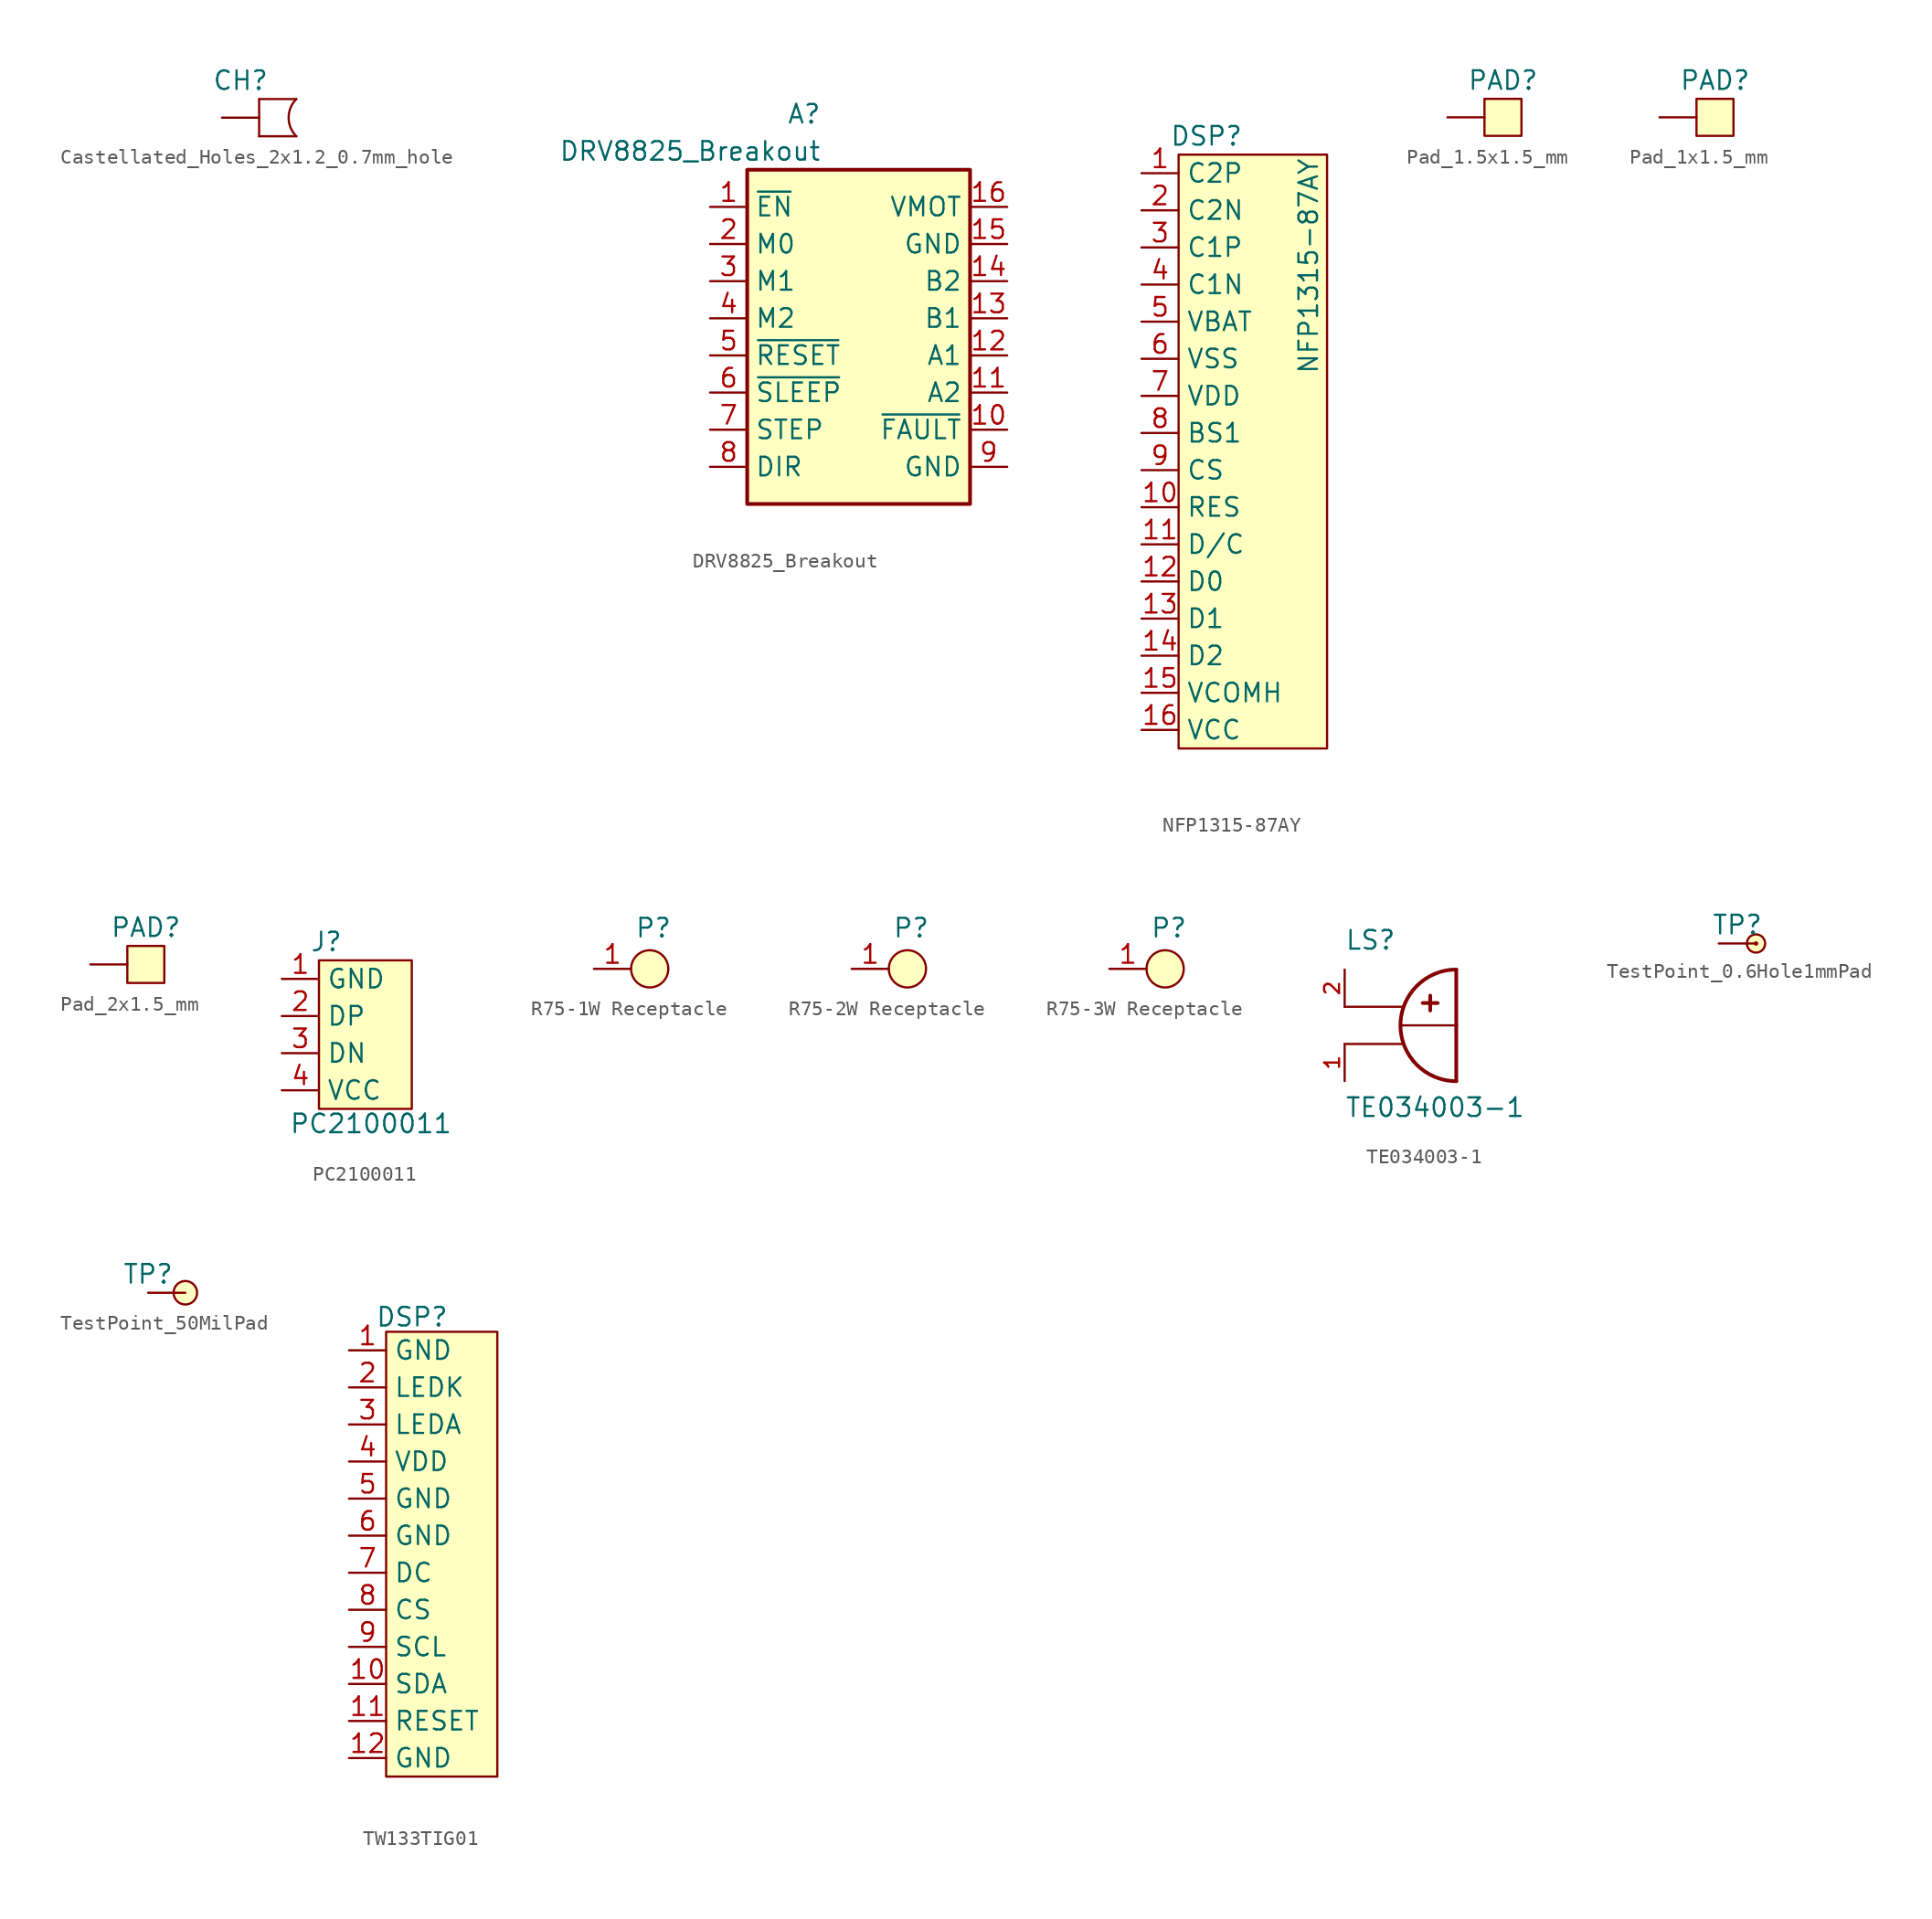
<source format=kicad_sym>
(kicad_symbol_lib
  (version 20241209)
  (generator "kicad_symbol_editor")
  (generator_version "9.0")
  (symbol "Castellated_Holes_2x1.2_0.7mm_hole"
    (pin_numbers
      (hide yes))
    (pin_names
      (hide yes))
    (property "Reference" "CH"
      (at -2.54 2.54 0)
      (effects (font (size 1.27 1.27))))
    (property "Value" ""
      (at -2.54 2.54 0)
      (effects (font (size 1.27 1.27))))
    (symbol "Castellated_Holes_2x1.2_0.7mm_hole_0_1"
      (rectangle (start -1.27 1.27) (end -1.27 -1.27) (stroke (width 0) (type default)) (fill (type none)))
      (polyline (pts (xy -1.27 1.27) (xy 1.27 1.27)) (stroke (width 0) (type default)) (fill (type none)))
      (polyline (pts (xy 1.27 -1.27) (xy -1.27 -1.27)) (stroke (width 0) (type default)) (fill (type none)))
      (arc (start 1.27 -1.27) (mid 0.7439 0) (end 1.27 1.27) (stroke (width 0) (type default)) (fill (type none))))
    (symbol "Castellated_Holes_2x1.2_0.7mm_hole_1_1"
      (pin input line (at -3.81 0 0) (length 2.54) (name "" (effects (font (size 1.27 1.27)))) (number "1" (effects (font (size 1.27 1.27)))))))
  (symbol "DRV8825_Breakout"
    (property "Reference" "A"
      (at -2.54 16.51 0)
      (effects (font (size 1.27 1.27)) (justify right)))
    (property "Value" "DRV8825_Breakout"
      (at -2.54 13.97 0)
      (effects (font (size 1.27 1.27)) (justify right)))
    (symbol "DRV8825_Breakout_0_1"
      (rectangle (start -7.62 12.7) (end 7.62 -10.16) (stroke (width 0.254) (type default)) (fill (type background))))
    (symbol "DRV8825_Breakout_1_1"
      (pin passive line (at -10.16 10.16 0) (length 2.54) (name "~{EN}" (effects (font (size 1.27 1.27)))) (number "1" (effects (font (size 1.27 1.27)))))
      (pin passive line (at -10.16 7.62 0) (length 2.54) (name "M0" (effects (font (size 1.27 1.27)))) (number "2" (effects (font (size 1.27 1.27)))))
      (pin passive line (at -10.16 5.08 0) (length 2.54) (name "M1" (effects (font (size 1.27 1.27)))) (number "3" (effects (font (size 1.27 1.27)))))
      (pin passive line (at -10.16 2.54 0) (length 2.54) (name "M2" (effects (font (size 1.27 1.27)))) (number "4" (effects (font (size 1.27 1.27)))))
      (pin passive line (at -10.16 0 0) (length 2.54) (name "~{RESET}" (effects (font (size 1.27 1.27)))) (number "5" (effects (font (size 1.27 1.27)))))
      (pin passive line (at -10.16 -2.54 0) (length 2.54) (name "~{SLEEP}" (effects (font (size 1.27 1.27)))) (number "6" (effects (font (size 1.27 1.27)))))
      (pin passive line (at -10.16 -5.08 0) (length 2.54) (name "STEP" (effects (font (size 1.27 1.27)))) (number "7" (effects (font (size 1.27 1.27)))))
      (pin passive line (at -10.16 -7.62 0) (length 2.54) (name "DIR" (effects (font (size 1.27 1.27)))) (number "8" (effects (font (size 1.27 1.27)))))
      (pin passive line (at 10.16 10.16 180) (length 2.54) (name "VMOT" (effects (font (size 1.27 1.27)))) (number "16" (effects (font (size 1.27 1.27)))))
      (pin passive line (at 10.16 7.62 180) (length 2.54) (name "GND" (effects (font (size 1.27 1.27)))) (number "15" (effects (font (size 1.27 1.27)))))
      (pin passive line (at 10.16 5.08 180) (length 2.54) (name "B2" (effects (font (size 1.27 1.27)))) (number "14" (effects (font (size 1.27 1.27)))))
      (pin passive line (at 10.16 2.54 180) (length 2.54) (name "B1" (effects (font (size 1.27 1.27)))) (number "13" (effects (font (size 1.27 1.27)))))
      (pin passive line (at 10.16 0 180) (length 2.54) (name "A1" (effects (font (size 1.27 1.27)))) (number "12" (effects (font (size 1.27 1.27)))))
      (pin passive line (at 10.16 -2.54 180) (length 2.54) (name "A2" (effects (font (size 1.27 1.27)))) (number "11" (effects (font (size 1.27 1.27)))))
      (pin passive line (at 10.16 -5.08 180) (length 2.54) (name "~{FAULT}" (effects (font (size 1.27 1.27)))) (number "10" (effects (font (size 1.27 1.27)))))
      (pin passive line (at 10.16 -7.62 180) (length 2.54) (name "GND" (effects (font (size 1.27 1.27)))) (number "9" (effects (font (size 1.27 1.27)))))))
  (symbol "NFP1315-87AY"
    (property "Reference" "DSP"
      (at 4.445 2.54 0)
      (effects (font (size 1.27 1.27))))
    (property "Value" "NFP1315-87AY"
      (at 11.43 -6.35 90)
      (effects (font (size 1.27 1.27))))
    (symbol "NFP1315-87AY_0_0"
      (pin passive line (at 0 0 0) (length 2.54) (name "C2P" (effects (font (size 1.27 1.27)))) (number "1" (effects (font (size 1.27 1.27)))))
      (pin passive line (at 0 -2.54 0) (length 2.54) (name "C2N" (effects (font (size 1.27 1.27)))) (number "2" (effects (font (size 1.27 1.27)))))
      (pin passive line (at 0 -5.08 0) (length 2.54) (name "C1P" (effects (font (size 1.27 1.27)))) (number "3" (effects (font (size 1.27 1.27)))))
      (pin passive line (at 0 -7.62 0) (length 2.54) (name "C1N" (effects (font (size 1.27 1.27)))) (number "4" (effects (font (size 1.27 1.27)))))
      (pin passive line (at 0 -10.16 0) (length 2.54) (name "VBAT" (effects (font (size 1.27 1.27)))) (number "5" (effects (font (size 1.27 1.27)))))
      (pin passive line (at 0 -12.7 0) (length 2.54) (name "VSS" (effects (font (size 1.27 1.27)))) (number "6" (effects (font (size 1.27 1.27)))))
      (pin passive line (at 0 -15.24 0) (length 2.54) (name "VDD" (effects (font (size 1.27 1.27)))) (number "7" (effects (font (size 1.27 1.27)))))
      (pin passive line (at 0 -17.78 0) (length 2.54) (name "BS1" (effects (font (size 1.27 1.27)))) (number "8" (effects (font (size 1.27 1.27)))))
      (pin passive line (at 0 -20.32 0) (length 2.54) (name "CS" (effects (font (size 1.27 1.27)))) (number "9" (effects (font (size 1.27 1.27)))))
      (pin passive line (at 0 -22.86 0) (length 2.54) (name "RES" (effects (font (size 1.27 1.27)))) (number "10" (effects (font (size 1.27 1.27)))))
      (pin passive line (at 0 -25.4 0) (length 2.54) (name "D/C" (effects (font (size 1.27 1.27)))) (number "11" (effects (font (size 1.27 1.27)))))
      (pin passive line (at 0 -27.94 0) (length 2.54) (name "D0" (effects (font (size 1.27 1.27)))) (number "12" (effects (font (size 1.27 1.27)))))
      (pin passive line (at 0 -30.48 0) (length 2.54) (name "D1" (effects (font (size 1.27 1.27)))) (number "13" (effects (font (size 1.27 1.27)))))
      (pin passive line (at 0 -33.02 0) (length 2.54) (name "D2" (effects (font (size 1.27 1.27)))) (number "14" (effects (font (size 1.27 1.27)))))
      (pin passive line (at 0 -35.56 0) (length 2.54) (name "VCOMH" (effects (font (size 1.27 1.27)))) (number "15" (effects (font (size 1.27 1.27)))))
      (pin passive line (at 0 -38.1 0) (length 2.54) (name "VCC" (effects (font (size 1.27 1.27)))) (number "16" (effects (font (size 1.27 1.27))))))
    (symbol "NFP1315-87AY_1_1"
      (rectangle (start 2.54 1.27) (end 12.7 -39.37) (stroke (width 0) (type solid)) (fill (type background)))))
  (symbol "Pad_1.5x1.5_mm"
    (pin_numbers
      (hide yes))
    (pin_names
      (hide yes))
    (property "Reference" "PAD"
      (at 3.81 0 0)
      (effects (font (size 1.27 1.27))))
    (symbol "Pad_1.5x1.5_mm_1_1"
      (rectangle (start 2.54 -1.27) (end 5.08 -3.81) (stroke (width 0) (type default)) (fill (type background)))
      (pin passive line (at 0 -2.54 0) (length 2.54) (name "" (effects (font (size 1.27 1.27)))) (number "1" (effects (font (size 1.27 1.27)))))))
  (symbol "Pad_1x1.5_mm"
    (pin_numbers
      (hide yes))
    (pin_names
      (hide yes))
    (property "Reference" "PAD"
      (at 3.81 0 0)
      (effects (font (size 1.27 1.27))))
    (symbol "Pad_1x1.5_mm_1_1"
      (rectangle (start 2.54 -1.27) (end 5.08 -3.81) (stroke (width 0) (type default)) (fill (type background)))
      (pin passive line (at 0 -2.54 0) (length 2.54) (name "" (effects (font (size 1.27 1.27)))) (number "1" (effects (font (size 1.27 1.27)))))))
  (symbol "Pad_2x1.5_mm"
    (pin_numbers
      (hide yes))
    (pin_names
      (hide yes))
    (property "Reference" "PAD"
      (at 3.81 0 0)
      (effects (font (size 1.27 1.27))))
    (symbol "Pad_2x1.5_mm_1_1"
      (rectangle (start 2.54 -1.27) (end 5.08 -3.81) (stroke (width 0) (type default)) (fill (type background)))
      (pin passive line (at 0 -2.54 0) (length 2.54) (name "" (effects (font (size 1.27 1.27)))) (number "1" (effects (font (size 1.27 1.27)))))))
  (symbol "PC2100011"
    (property "Reference" "J"
      (at 3.048 2.54 0)
      (effects (font (size 1.27 1.27))))
    (property "Value" "PC2100011"
      (at 6.096 -9.906 0)
      (effects (font (size 1.27 1.27))))
    (symbol "PC2100011_0_0"
      (pin passive line (at 0 0 0) (length 2.54) (name "GND" (effects (font (size 1.27 1.27)))) (number "1" (effects (font (size 1.27 1.27)))))
      (pin passive line (at 0 -2.54 0) (length 2.54) (name "DP" (effects (font (size 1.27 1.27)))) (number "2" (effects (font (size 1.27 1.27)))))
      (pin passive line (at 0 -5.08 0) (length 2.54) (name "DN" (effects (font (size 1.27 1.27)))) (number "3" (effects (font (size 1.27 1.27)))))
      (pin passive line (at 0 -7.62 0) (length 2.54) (name "VCC" (effects (font (size 1.27 1.27)))) (number "4" (effects (font (size 1.27 1.27))))))
    (symbol "PC2100011_1_1"
      (rectangle (start 2.54 1.27) (end 8.89 -8.89) (stroke (width 0) (type default)) (fill (type background)))))
  (symbol "R75-1W Receptacle"
    (pin_names
      (hide yes))
    (property "Reference" "P"
      (at 4.064 2.794 0)
      (effects (font (size 1.27 1.27))))
    (symbol "R75-1W Receptacle_1_1"
      (circle (center 3.81 0) (radius 1.27) (stroke (width 0) (type default)) (fill (type background)))
      (pin input line (at 0 0 0) (length 2.54) (name "1" (effects (font (size 1.27 1.27)))) (number "1" (effects (font (size 1.27 1.27)))))))
  (symbol "R75-2W Receptacle"
    (pin_names
      (hide yes))
    (property "Reference" "P"
      (at 4.064 2.794 0)
      (effects (font (size 1.27 1.27))))
    (symbol "R75-2W Receptacle_1_1"
      (circle (center 3.81 0) (radius 1.27) (stroke (width 0) (type default)) (fill (type background)))
      (pin input line (at 0 0 0) (length 2.54) (name "1" (effects (font (size 1.27 1.27)))) (number "1" (effects (font (size 1.27 1.27)))))))
  (symbol "R75-3W Receptacle"
    (pin_names
      (hide yes))
    (property "Reference" "P"
      (at 4.064 2.794 0)
      (effects (font (size 1.27 1.27))))
    (symbol "R75-3W Receptacle_1_1"
      (circle (center 3.81 0) (radius 1.27) (stroke (width 0) (type default)) (fill (type background)))
      (pin input line (at 0 0 0) (length 2.54) (name "1" (effects (font (size 1.27 1.27)))) (number "1" (effects (font (size 1.27 1.27)))))))
  (symbol "TE034003-1"
    (pin_names
      (offset 1.016))
    (property "Reference" "LS"
      (at -2.54 6.35 0)
      (effects (font (size 1.27 1.27)) (justify left bottom)))
    (property "Value" "TE034003-1"
      (at -2.54 -5.08 0)
      (effects (font (size 1.27 1.27)) (justify left bottom)))
    (symbol "TE034003-1_0_0"
      (polyline (pts (xy -2.54 2.54) (xy 1.397 2.54)) (stroke (width 0.152) (type default)) (fill (type none)))
      (polyline (pts (xy -2.54 0) (xy 1.397 0)) (stroke (width 0.152) (type default)) (fill (type none)))
      (polyline (pts (xy 1.27 1.27) (xy 5.08 1.27)) (stroke (width 0.152) (type default)) (fill (type none)))
      (polyline (pts (xy 2.794 2.794) (xy 3.81 2.794)) (stroke (width 0.254) (type default)) (fill (type none)))
      (polyline (pts (xy 3.302 3.302) (xy 3.302 2.286)) (stroke (width 0.254) (type default)) (fill (type none)))
      (polyline (pts (xy 5.08 5.08) (xy 5.08 1.27)) (stroke (width 0.254) (type default)) (fill (type none)))
      (polyline (pts (xy 5.08 1.27) (xy 5.08 -2.54)) (stroke (width 0.254) (type default)) (fill (type none)))
      (arc (start 5.08 -2.54) (mid 1.2866 1.27) (end 5.08 5.08) (stroke (width 0.254) (type default)) (fill (type none)))
      (pin passive line (at -2.54 5.08 270) (length 2.54) (name "~" (effects (font (size 1.016 1.016)))) (number "2" (effects (font (size 1.016 1.016)))))
      (pin passive line (at -2.54 -2.54 90) (length 2.54) (name "~" (effects (font (size 1.016 1.016)))) (number "1" (effects (font (size 1.016 1.016)))))))
  (symbol "TestPoint_0.6Hole1mmPad"
    (pin_numbers
      (hide yes))
    (property "Reference" "TP"
      (at 1.27 1.27 0)
      (effects (font (size 1.27 1.27))))
    (property "Value" ""
      (at 0 0 0)
      (effects (font (size 1.27 1.27))))
    (symbol "TestPoint_0.6Hole1mmPad_0_1"
      (circle (center 2.54 0) (radius 0.0001) (stroke (width 0) (type default)) (fill (type none))))
    (symbol "TestPoint_0.6Hole1mmPad_1_1"
      (circle (center 2.54 0) (radius 0.622) (stroke (width 0) (type default)) (fill (type background)))
      (pin passive line (at 0 0 0) (length 2.54) (name "" (effects (font (size 1.27 1.27)))) (number "1" (effects (font (size 1.27 1.27)))))))
  (symbol "TestPoint_50MilPad"
    (pin_numbers
      (hide yes))
    (property "Reference" "TP"
      (at 0 0 0)
      (effects (font (size 1.27 1.27))))
    (symbol "TestPoint_50MilPad_1_1"
      (circle (center 2.54 -1.27) (radius 0.802) (stroke (width 0) (type default)) (fill (type color) (color 255 255 194 1)))
      (pin passive line (at 0 -1.27 0) (length 2.54) (name "" (effects (font (size 1.27 1.27)))) (number "1" (effects (font (size 1.27 1.27)))))))
  (symbol "TW133TIG01"
    (property "Reference" "DSP"
      (at 4.318 2.286 0)
      (effects (font (size 1.27 1.27))))
    (symbol "TW133TIG01_0_0"
      (pin passive line (at 0 0 0) (length 2.54) (name "GND" (effects (font (size 1.27 1.27)))) (number "1" (effects (font (size 1.27 1.27)))))
      (pin passive line (at 0 -2.54 0) (length 2.54) (name "LEDK" (effects (font (size 1.27 1.27)))) (number "2" (effects (font (size 1.27 1.27)))))
      (pin passive line (at 0 -5.08 0) (length 2.54) (name "LEDA" (effects (font (size 1.27 1.27)))) (number "3" (effects (font (size 1.27 1.27)))))
      (pin passive line (at 0 -7.62 0) (length 2.54) (name "VDD" (effects (font (size 1.27 1.27)))) (number "4" (effects (font (size 1.27 1.27)))))
      (pin passive line (at 0 -10.16 0) (length 2.54) (name "GND" (effects (font (size 1.27 1.27)))) (number "5" (effects (font (size 1.27 1.27)))))
      (pin passive line (at 0 -12.7 0) (length 2.54) (name "GND" (effects (font (size 1.27 1.27)))) (number "6" (effects (font (size 1.27 1.27)))))
      (pin passive line (at 0 -15.24 0) (length 2.54) (name "DC" (effects (font (size 1.27 1.27)))) (number "7" (effects (font (size 1.27 1.27)))))
      (pin passive line (at 0 -17.78 0) (length 2.54) (name "CS" (effects (font (size 1.27 1.27)))) (number "8" (effects (font (size 1.27 1.27)))))
      (pin passive line (at 0 -20.32 0) (length 2.54) (name "SCL" (effects (font (size 1.27 1.27)))) (number "9" (effects (font (size 1.27 1.27)))))
      (pin passive line (at 0 -22.86 0) (length 2.54) (name "SDA" (effects (font (size 1.27 1.27)))) (number "10" (effects (font (size 1.27 1.27)))))
      (pin passive line (at 0 -25.4 0) (length 2.54) (name "RESET" (effects (font (size 1.27 1.27)))) (number "11" (effects (font (size 1.27 1.27)))))
      (pin passive line (at 0 -27.94 0) (length 2.54) (name "GND" (effects (font (size 1.27 1.27)))) (number "12" (effects (font (size 1.27 1.27))))))
    (symbol "TW133TIG01_1_1"
      (rectangle (start 2.54 1.27) (end 10.16 -29.21) (stroke (width 0) (type default)) (fill (type background))))))
</source>
